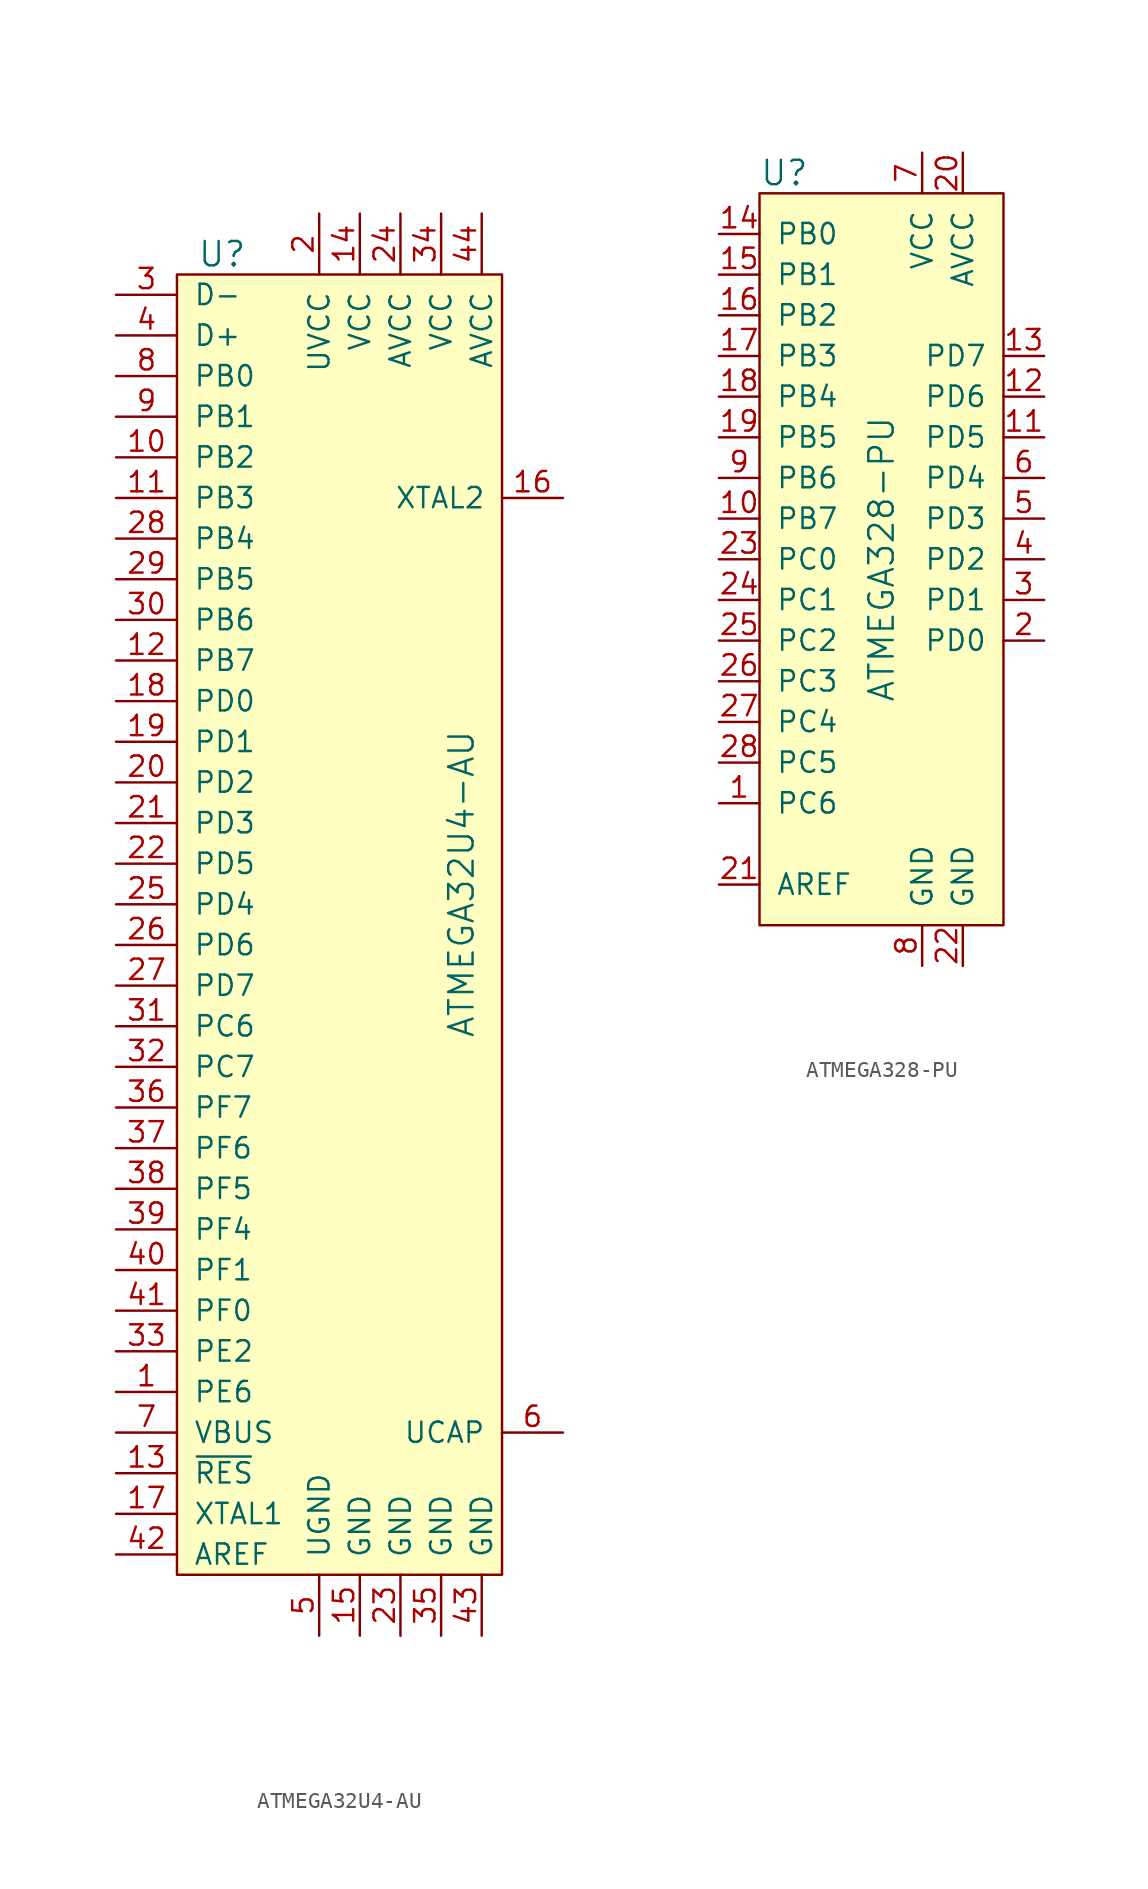
<source format=kicad_sym>
(kicad_symbol_lib
  (version 20231120)
  (generator "kicad_symbol_editor")
  (generator_version "8.0")
  (symbol "ATMEGA32U4-AU"
    (pin_names
      (offset 1.016))
    (property "Reference" "U"
      (at -10.16 35.56 0)
      (effects (font (size 1.524 1.524)) (justify left)))
    (property "Value" "ATMEGA32U4-AU"
      (at 6.35 -3.81 90)
      (effects (font (size 1.524 1.524))))
    (symbol "ATMEGA32U4-AU_0_1"
      (rectangle (start -11.43 34.29) (end 8.89 -46.99) (stroke (width 0) (type default)) (fill (type background))))
    (symbol "ATMEGA32U4-AU_1_1"
      (pin bidirectional line (at -15.24 -35.56 0) (length 3.81) (name "PE6" (effects (font (size 1.27 1.27)))) (number "1" (effects (font (size 1.27 1.27)))))
      (pin bidirectional line (at -15.24 22.86 0) (length 3.81) (name "PB2" (effects (font (size 1.27 1.27)))) (number "10" (effects (font (size 1.27 1.27)))))
      (pin bidirectional line (at -15.24 20.32 0) (length 3.81) (name "PB3" (effects (font (size 1.27 1.27)))) (number "11" (effects (font (size 1.27 1.27)))))
      (pin bidirectional line (at -15.24 10.16 0) (length 3.81) (name "PB7" (effects (font (size 1.27 1.27)))) (number "12" (effects (font (size 1.27 1.27)))))
      (pin input line (at -15.24 -40.64 0) (length 3.81) (name "~{RES}" (effects (font (size 1.27 1.27)))) (number "13" (effects (font (size 1.27 1.27)))))
      (pin power_in line (at 0 38.1 270) (length 3.81) (name "VCC" (effects (font (size 1.27 1.27)))) (number "14" (effects (font (size 1.27 1.27)))))
      (pin power_in line (at 0 -50.8 90) (length 3.81) (name "GND" (effects (font (size 1.27 1.27)))) (number "15" (effects (font (size 1.27 1.27)))))
      (pin output line (at 12.7 20.32 180) (length 3.81) (name "XTAL2" (effects (font (size 1.27 1.27)))) (number "16" (effects (font (size 1.27 1.27)))))
      (pin input line (at -15.24 -43.18 0) (length 3.81) (name "XTAL1" (effects (font (size 1.27 1.27)))) (number "17" (effects (font (size 1.27 1.27)))))
      (pin bidirectional line (at -15.24 7.62 0) (length 3.81) (name "PD0" (effects (font (size 1.27 1.27)))) (number "18" (effects (font (size 1.27 1.27)))))
      (pin bidirectional line (at -15.24 5.08 0) (length 3.81) (name "PD1" (effects (font (size 1.27 1.27)))) (number "19" (effects (font (size 1.27 1.27)))))
      (pin power_in line (at -2.54 38.1 270) (length 3.81) (name "UVCC" (effects (font (size 1.27 1.27)))) (number "2" (effects (font (size 1.27 1.27)))))
      (pin bidirectional line (at -15.24 2.54 0) (length 3.81) (name "PD2" (effects (font (size 1.27 1.27)))) (number "20" (effects (font (size 1.27 1.27)))))
      (pin bidirectional line (at -15.24 0 0) (length 3.81) (name "PD3" (effects (font (size 1.27 1.27)))) (number "21" (effects (font (size 1.27 1.27)))))
      (pin bidirectional line (at -15.24 -2.54 0) (length 3.81) (name "PD5" (effects (font (size 1.27 1.27)))) (number "22" (effects (font (size 1.27 1.27)))))
      (pin power_in line (at 2.54 -50.8 90) (length 3.81) (name "GND" (effects (font (size 1.27 1.27)))) (number "23" (effects (font (size 1.27 1.27)))))
      (pin power_in line (at 2.54 38.1 270) (length 3.81) (name "AVCC" (effects (font (size 1.27 1.27)))) (number "24" (effects (font (size 1.27 1.27)))))
      (pin bidirectional line (at -15.24 -5.08 0) (length 3.81) (name "PD4" (effects (font (size 1.27 1.27)))) (number "25" (effects (font (size 1.27 1.27)))))
      (pin bidirectional line (at -15.24 -7.62 0) (length 3.81) (name "PD6" (effects (font (size 1.27 1.27)))) (number "26" (effects (font (size 1.27 1.27)))))
      (pin bidirectional line (at -15.24 -10.16 0) (length 3.81) (name "PD7" (effects (font (size 1.27 1.27)))) (number "27" (effects (font (size 1.27 1.27)))))
      (pin bidirectional line (at -15.24 17.78 0) (length 3.81) (name "PB4" (effects (font (size 1.27 1.27)))) (number "28" (effects (font (size 1.27 1.27)))))
      (pin bidirectional line (at -15.24 15.24 0) (length 3.81) (name "PB5" (effects (font (size 1.27 1.27)))) (number "29" (effects (font (size 1.27 1.27)))))
      (pin bidirectional line (at -15.24 33.02 0) (length 3.81) (name "D-" (effects (font (size 1.27 1.27)))) (number "3" (effects (font (size 1.27 1.27)))))
      (pin bidirectional line (at -15.24 12.7 0) (length 3.81) (name "PB6" (effects (font (size 1.27 1.27)))) (number "30" (effects (font (size 1.27 1.27)))))
      (pin bidirectional line (at -15.24 -12.7 0) (length 3.81) (name "PC6" (effects (font (size 1.27 1.27)))) (number "31" (effects (font (size 1.27 1.27)))))
      (pin bidirectional line (at -15.24 -15.24 0) (length 3.81) (name "PC7" (effects (font (size 1.27 1.27)))) (number "32" (effects (font (size 1.27 1.27)))))
      (pin bidirectional line (at -15.24 -33.02 0) (length 3.81) (name "PE2" (effects (font (size 1.27 1.27)))) (number "33" (effects (font (size 1.27 1.27)))))
      (pin power_in line (at 5.08 38.1 270) (length 3.81) (name "VCC" (effects (font (size 1.27 1.27)))) (number "34" (effects (font (size 1.27 1.27)))))
      (pin power_in line (at 5.08 -50.8 90) (length 3.81) (name "GND" (effects (font (size 1.27 1.27)))) (number "35" (effects (font (size 1.27 1.27)))))
      (pin bidirectional line (at -15.24 -17.78 0) (length 3.81) (name "PF7" (effects (font (size 1.27 1.27)))) (number "36" (effects (font (size 1.27 1.27)))))
      (pin bidirectional line (at -15.24 -20.32 0) (length 3.81) (name "PF6" (effects (font (size 1.27 1.27)))) (number "37" (effects (font (size 1.27 1.27)))))
      (pin bidirectional line (at -15.24 -22.86 0) (length 3.81) (name "PF5" (effects (font (size 1.27 1.27)))) (number "38" (effects (font (size 1.27 1.27)))))
      (pin bidirectional line (at -15.24 -25.4 0) (length 3.81) (name "PF4" (effects (font (size 1.27 1.27)))) (number "39" (effects (font (size 1.27 1.27)))))
      (pin bidirectional line (at -15.24 30.48 0) (length 3.81) (name "D+" (effects (font (size 1.27 1.27)))) (number "4" (effects (font (size 1.27 1.27)))))
      (pin bidirectional line (at -15.24 -27.94 0) (length 3.81) (name "PF1" (effects (font (size 1.27 1.27)))) (number "40" (effects (font (size 1.27 1.27)))))
      (pin bidirectional line (at -15.24 -30.48 0) (length 3.81) (name "PF0" (effects (font (size 1.27 1.27)))) (number "41" (effects (font (size 1.27 1.27)))))
      (pin input line (at -15.24 -45.72 0) (length 3.81) (name "AREF" (effects (font (size 1.27 1.27)))) (number "42" (effects (font (size 1.27 1.27)))))
      (pin power_in line (at 7.62 -50.8 90) (length 3.81) (name "GND" (effects (font (size 1.27 1.27)))) (number "43" (effects (font (size 1.27 1.27)))))
      (pin power_in line (at 7.62 38.1 270) (length 3.81) (name "AVCC" (effects (font (size 1.27 1.27)))) (number "44" (effects (font (size 1.27 1.27)))))
      (pin power_in line (at -2.54 -50.8 90) (length 3.81) (name "UGND" (effects (font (size 1.27 1.27)))) (number "5" (effects (font (size 1.27 1.27)))))
      (pin unspecified line (at 12.7 -38.1 180) (length 3.81) (name "UCAP" (effects (font (size 1.27 1.27)))) (number "6" (effects (font (size 1.27 1.27)))))
      (pin input line (at -15.24 -38.1 0) (length 3.81) (name "VBUS" (effects (font (size 1.27 1.27)))) (number "7" (effects (font (size 1.27 1.27)))))
      (pin bidirectional line (at -15.24 27.94 0) (length 3.81) (name "PB0" (effects (font (size 1.27 1.27)))) (number "8" (effects (font (size 1.27 1.27)))))
      (pin bidirectional line (at -15.24 25.4 0) (length 3.81) (name "PB1" (effects (font (size 1.27 1.27)))) (number "9" (effects (font (size 1.27 1.27)))))))
  (symbol "ATMEGA328-PU"
    (pin_names
      (offset 1.016))
    (property "Reference" "U"
      (at -10.16 29.21 0)
      (effects (font (size 1.524 1.524)) (justify left)))
    (property "Value" "ATMEGA328-PU"
      (at -2.54 5.08 90)
      (effects (font (size 1.524 1.524))))
    (symbol "ATMEGA328-PU_0_1"
      (rectangle (start -10.16 27.94) (end 5.08 -17.78) (stroke (width 0) (type default)) (fill (type background))))
    (symbol "ATMEGA328-PU_1_1"
      (pin bidirectional line (at -12.7 -10.16 0) (length 2.54) (name "PC6" (effects (font (size 1.27 1.27)))) (number "1" (effects (font (size 1.27 1.27)))))
      (pin bidirectional line (at -12.7 7.62 0) (length 2.54) (name "PB7" (effects (font (size 1.27 1.27)))) (number "10" (effects (font (size 1.27 1.27)))))
      (pin bidirectional line (at 7.62 12.7 180) (length 2.54) (name "PD5" (effects (font (size 1.27 1.27)))) (number "11" (effects (font (size 1.27 1.27)))))
      (pin bidirectional line (at 7.62 15.24 180) (length 2.54) (name "PD6" (effects (font (size 1.27 1.27)))) (number "12" (effects (font (size 1.27 1.27)))))
      (pin bidirectional line (at 7.62 17.78 180) (length 2.54) (name "PD7" (effects (font (size 1.27 1.27)))) (number "13" (effects (font (size 1.27 1.27)))))
      (pin bidirectional line (at -12.7 25.4 0) (length 2.54) (name "PB0" (effects (font (size 1.27 1.27)))) (number "14" (effects (font (size 1.27 1.27)))))
      (pin bidirectional line (at -12.7 22.86 0) (length 2.54) (name "PB1" (effects (font (size 1.27 1.27)))) (number "15" (effects (font (size 1.27 1.27)))))
      (pin bidirectional line (at -12.7 20.32 0) (length 2.54) (name "PB2" (effects (font (size 1.27 1.27)))) (number "16" (effects (font (size 1.27 1.27)))))
      (pin bidirectional line (at -12.7 17.78 0) (length 2.54) (name "PB3" (effects (font (size 1.27 1.27)))) (number "17" (effects (font (size 1.27 1.27)))))
      (pin bidirectional line (at -12.7 15.24 0) (length 2.54) (name "PB4" (effects (font (size 1.27 1.27)))) (number "18" (effects (font (size 1.27 1.27)))))
      (pin bidirectional line (at -12.7 12.7 0) (length 2.54) (name "PB5" (effects (font (size 1.27 1.27)))) (number "19" (effects (font (size 1.27 1.27)))))
      (pin bidirectional line (at 7.62 0 180) (length 2.54) (name "PD0" (effects (font (size 1.27 1.27)))) (number "2" (effects (font (size 1.27 1.27)))))
      (pin power_in line (at 2.54 30.48 270) (length 2.54) (name "AVCC" (effects (font (size 1.27 1.27)))) (number "20" (effects (font (size 1.27 1.27)))))
      (pin input line (at -12.7 -15.24 0) (length 2.54) (name "AREF" (effects (font (size 1.27 1.27)))) (number "21" (effects (font (size 1.27 1.27)))))
      (pin power_in line (at 2.54 -20.32 90) (length 2.54) (name "GND" (effects (font (size 1.27 1.27)))) (number "22" (effects (font (size 1.27 1.27)))))
      (pin bidirectional line (at -12.7 5.08 0) (length 2.54) (name "PC0" (effects (font (size 1.27 1.27)))) (number "23" (effects (font (size 1.27 1.27)))))
      (pin bidirectional line (at -12.7 2.54 0) (length 2.54) (name "PC1" (effects (font (size 1.27 1.27)))) (number "24" (effects (font (size 1.27 1.27)))))
      (pin bidirectional line (at -12.7 0 0) (length 2.54) (name "PC2" (effects (font (size 1.27 1.27)))) (number "25" (effects (font (size 1.27 1.27)))))
      (pin bidirectional line (at -12.7 -2.54 0) (length 2.54) (name "PC3" (effects (font (size 1.27 1.27)))) (number "26" (effects (font (size 1.27 1.27)))))
      (pin bidirectional line (at -12.7 -5.08 0) (length 2.54) (name "PC4" (effects (font (size 1.27 1.27)))) (number "27" (effects (font (size 1.27 1.27)))))
      (pin bidirectional line (at -12.7 -7.62 0) (length 2.54) (name "PC5" (effects (font (size 1.27 1.27)))) (number "28" (effects (font (size 1.27 1.27)))))
      (pin bidirectional line (at 7.62 2.54 180) (length 2.54) (name "PD1" (effects (font (size 1.27 1.27)))) (number "3" (effects (font (size 1.27 1.27)))))
      (pin bidirectional line (at 7.62 5.08 180) (length 2.54) (name "PD2" (effects (font (size 1.27 1.27)))) (number "4" (effects (font (size 1.27 1.27)))))
      (pin bidirectional line (at 7.62 7.62 180) (length 2.54) (name "PD3" (effects (font (size 1.27 1.27)))) (number "5" (effects (font (size 1.27 1.27)))))
      (pin bidirectional line (at 7.62 10.16 180) (length 2.54) (name "PD4" (effects (font (size 1.27 1.27)))) (number "6" (effects (font (size 1.27 1.27)))))
      (pin power_in line (at 0 30.48 270) (length 2.54) (name "VCC" (effects (font (size 1.27 1.27)))) (number "7" (effects (font (size 1.27 1.27)))))
      (pin power_in line (at 0 -20.32 90) (length 2.54) (name "GND" (effects (font (size 1.27 1.27)))) (number "8" (effects (font (size 1.27 1.27)))))
      (pin bidirectional line (at -12.7 10.16 0) (length 2.54) (name "PB6" (effects (font (size 1.27 1.27)))) (number "9" (effects (font (size 1.27 1.27))))))))
</source>
